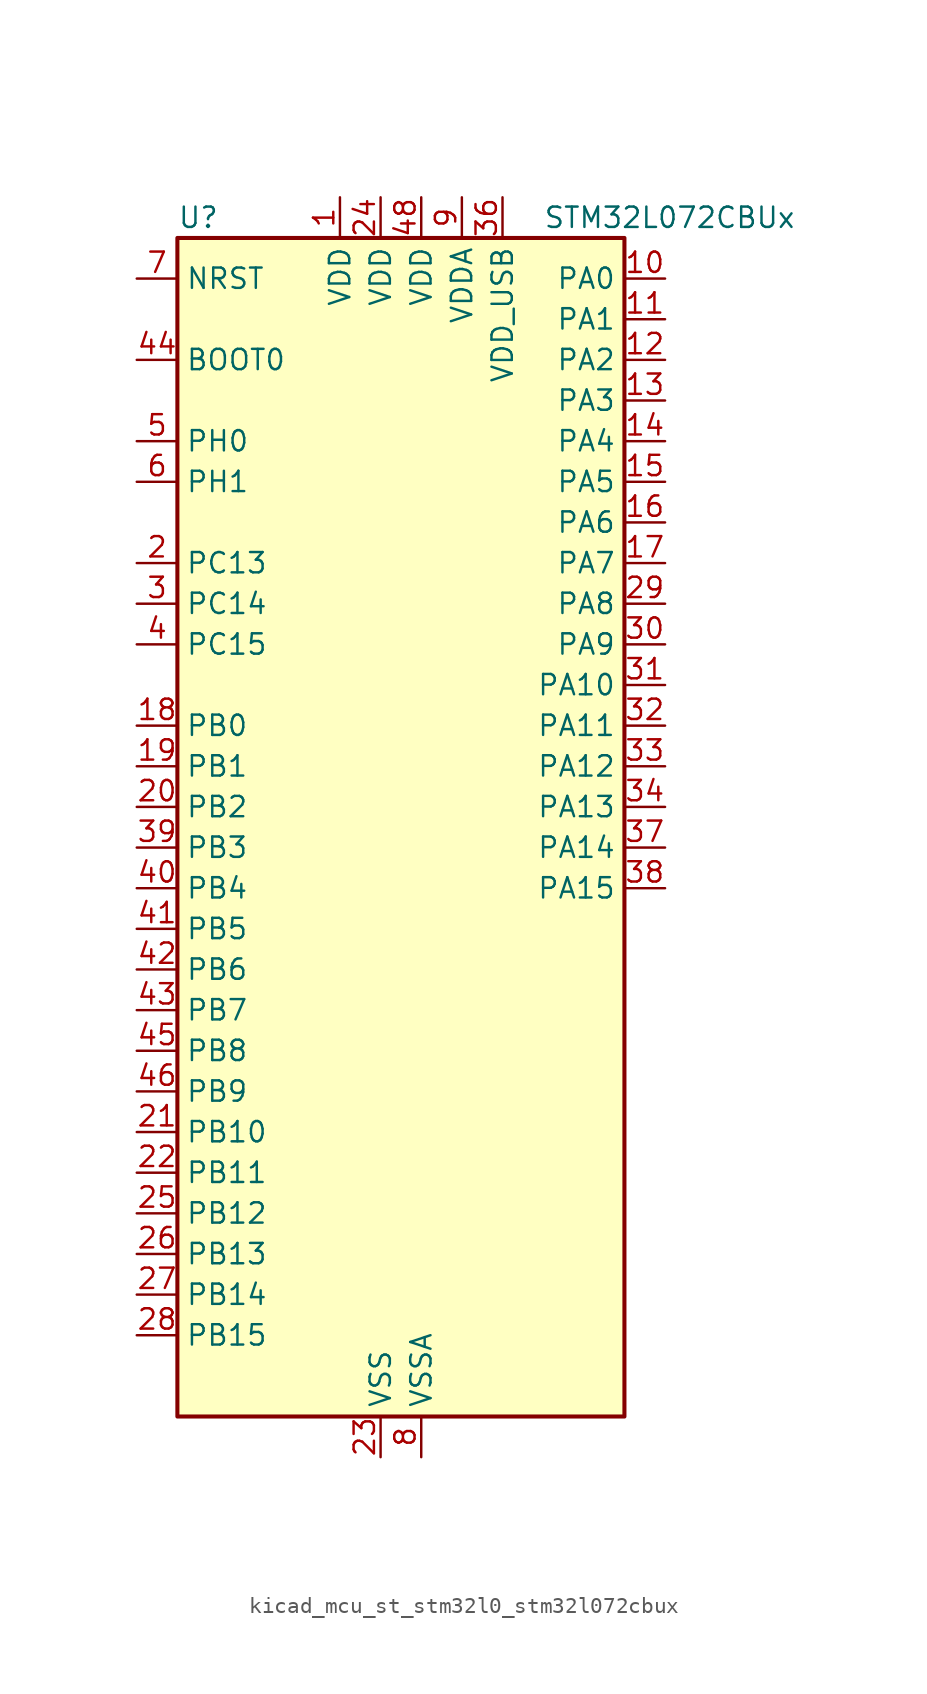
<source format=kicad_sym>
(kicad_symbol_lib
  (version 20220914)
  (generator kicad_symbol_editor)
  (symbol "kicad_mcu_st_stm32l0_stm32l072cbux"
    (property "Reference" "U"
      (at -12.7 39.37 0)
      (effects (font (size 1.27 1.27)) (justify left)))
    (property "Value" "STM32L072CBUx"
      (at 10.16 39.37 0)
      (effects (font (size 1.27 1.27)) (justify left)))
    (property "ki_locked" ""
      (at 0 0 0)
      (effects (font (size 1.27 1.27))))
    (symbol "kicad_mcu_st_stm32l0_stm32l072cbux_0_1"
      (rectangle (start -12.7 -35.56) (end 15.24 38.1) (stroke (width 0.254) (type default)) (fill (type background))))
    (symbol "kicad_mcu_st_stm32l0_stm32l072cbux_1_1"
      (pin power_in line (at -2.54 40.64 270) (length 2.54) (name "VDD" (effects (font (size 1.27 1.27)))) (number "1" (effects (font (size 1.27 1.27)))))
      (pin bidirectional line (at 17.78 35.56 180) (length 2.54) (name "PA0" (effects (font (size 1.27 1.27)))) (number "10" (effects (font (size 1.27 1.27)))) (alternate "ADC_IN0" bidirectional line) (alternate "COMP1_INM" bidirectional line) (alternate "COMP1_OUT" bidirectional line) (alternate "RTC_TAMP2" bidirectional line) (alternate "SYS_WKUP1" bidirectional line) (alternate "TIM2_CH1" bidirectional line) (alternate "TIM2_ETR" bidirectional line) (alternate "TSC_G1_IO1" bidirectional line) (alternate "USART2_CTS" bidirectional line) (alternate "USART4_TX" bidirectional line))
      (pin bidirectional line (at 17.78 33.02 180) (length 2.54) (name "PA1" (effects (font (size 1.27 1.27)))) (number "11" (effects (font (size 1.27 1.27)))) (alternate "ADC_IN1" bidirectional line) (alternate "COMP1_INP" bidirectional line) (alternate "TIM21_ETR" bidirectional line) (alternate "TIM2_CH2" bidirectional line) (alternate "TSC_G1_IO2" bidirectional line) (alternate "USART2_DE" bidirectional line) (alternate "USART2_RTS" bidirectional line) (alternate "USART4_RX" bidirectional line))
      (pin bidirectional line (at 17.78 30.48 180) (length 2.54) (name "PA2" (effects (font (size 1.27 1.27)))) (number "12" (effects (font (size 1.27 1.27)))) (alternate "ADC_IN2" bidirectional line) (alternate "COMP2_INM" bidirectional line) (alternate "COMP2_OUT" bidirectional line) (alternate "LPUART1_TX" bidirectional line) (alternate "TIM21_CH1" bidirectional line) (alternate "TIM2_CH3" bidirectional line) (alternate "TSC_G1_IO3" bidirectional line) (alternate "USART2_TX" bidirectional line))
      (pin bidirectional line (at 17.78 27.94 180) (length 2.54) (name "PA3" (effects (font (size 1.27 1.27)))) (number "13" (effects (font (size 1.27 1.27)))) (alternate "ADC_IN3" bidirectional line) (alternate "COMP2_INP" bidirectional line) (alternate "LPUART1_RX" bidirectional line) (alternate "TIM21_CH2" bidirectional line) (alternate "TIM2_CH4" bidirectional line) (alternate "TSC_G1_IO4" bidirectional line) (alternate "USART2_RX" bidirectional line))
      (pin bidirectional line (at 17.78 25.4 180) (length 2.54) (name "PA4" (effects (font (size 1.27 1.27)))) (number "14" (effects (font (size 1.27 1.27)))) (alternate "ADC_IN4" bidirectional line) (alternate "COMP1_INM" bidirectional line) (alternate "COMP2_INM" bidirectional line) (alternate "DAC_OUT1" bidirectional line) (alternate "SPI1_NSS" bidirectional line) (alternate "TIM22_ETR" bidirectional line) (alternate "TSC_G2_IO1" bidirectional line) (alternate "USART2_CK" bidirectional line))
      (pin bidirectional line (at 17.78 22.86 180) (length 2.54) (name "PA5" (effects (font (size 1.27 1.27)))) (number "15" (effects (font (size 1.27 1.27)))) (alternate "ADC_IN5" bidirectional line) (alternate "COMP1_INM" bidirectional line) (alternate "COMP2_INM" bidirectional line) (alternate "DAC_OUT2" bidirectional line) (alternate "SPI1_SCK" bidirectional line) (alternate "TIM2_CH1" bidirectional line) (alternate "TIM2_ETR" bidirectional line) (alternate "TSC_G2_IO2" bidirectional line))
      (pin bidirectional line (at 17.78 20.32 180) (length 2.54) (name "PA6" (effects (font (size 1.27 1.27)))) (number "16" (effects (font (size 1.27 1.27)))) (alternate "ADC_IN6" bidirectional line) (alternate "COMP1_OUT" bidirectional line) (alternate "LPUART1_CTS" bidirectional line) (alternate "SPI1_MISO" bidirectional line) (alternate "TIM22_CH1" bidirectional line) (alternate "TIM3_CH1" bidirectional line) (alternate "TSC_G2_IO3" bidirectional line))
      (pin bidirectional line (at 17.78 17.78 180) (length 2.54) (name "PA7" (effects (font (size 1.27 1.27)))) (number "17" (effects (font (size 1.27 1.27)))) (alternate "ADC_IN7" bidirectional line) (alternate "COMP2_OUT" bidirectional line) (alternate "SPI1_MOSI" bidirectional line) (alternate "TIM22_CH2" bidirectional line) (alternate "TIM3_CH2" bidirectional line) (alternate "TSC_G2_IO4" bidirectional line))
      (pin bidirectional line (at -15.24 7.62 0) (length 2.54) (name "PB0" (effects (font (size 1.27 1.27)))) (number "18" (effects (font (size 1.27 1.27)))) (alternate "ADC_IN8" bidirectional line) (alternate "SYS_VREF_OUT_PB0" bidirectional line) (alternate "TIM3_CH3" bidirectional line) (alternate "TSC_G3_IO2" bidirectional line))
      (pin bidirectional line (at -15.24 5.08 0) (length 2.54) (name "PB1" (effects (font (size 1.27 1.27)))) (number "19" (effects (font (size 1.27 1.27)))) (alternate "ADC_IN9" bidirectional line) (alternate "LPUART1_DE" bidirectional line) (alternate "LPUART1_RTS" bidirectional line) (alternate "SYS_VREF_OUT_PB1" bidirectional line) (alternate "TIM3_CH4" bidirectional line) (alternate "TSC_G3_IO3" bidirectional line))
      (pin bidirectional line (at -15.24 17.78 0) (length 2.54) (name "PC13" (effects (font (size 1.27 1.27)))) (number "2" (effects (font (size 1.27 1.27)))) (alternate "RTC_OUT_ALARM" bidirectional line) (alternate "RTC_OUT_CALIB" bidirectional line) (alternate "RTC_TAMP1" bidirectional line) (alternate "RTC_TS" bidirectional line) (alternate "SYS_WKUP2" bidirectional line))
      (pin bidirectional line (at -15.24 2.54 0) (length 2.54) (name "PB2" (effects (font (size 1.27 1.27)))) (number "20" (effects (font (size 1.27 1.27)))) (alternate "I2C3_SMBA" bidirectional line) (alternate "LPTIM1_OUT" bidirectional line) (alternate "TSC_G3_IO4" bidirectional line))
      (pin bidirectional line (at -15.24 -17.78 0) (length 2.54) (name "PB10" (effects (font (size 1.27 1.27)))) (number "21" (effects (font (size 1.27 1.27)))) (alternate "I2C2_SCL" bidirectional line) (alternate "LPUART1_RX" bidirectional line) (alternate "LPUART1_TX" bidirectional line) (alternate "SPI2_SCK" bidirectional line) (alternate "TIM2_CH3" bidirectional line) (alternate "TSC_SYNC" bidirectional line))
      (pin bidirectional line (at -15.24 -20.32 0) (length 2.54) (name "PB11" (effects (font (size 1.27 1.27)))) (number "22" (effects (font (size 1.27 1.27)))) (alternate "ADC_EXTI11" bidirectional line) (alternate "I2C2_SDA" bidirectional line) (alternate "LPUART1_RX" bidirectional line) (alternate "LPUART1_TX" bidirectional line) (alternate "TIM2_CH4" bidirectional line) (alternate "TSC_G6_IO1" bidirectional line))
      (pin power_in line (at 0 -38.1 90) (length 2.54) (name "VSS" (effects (font (size 1.27 1.27)))) (number "23" (effects (font (size 1.27 1.27)))))
      (pin power_in line (at 0 40.64 270) (length 2.54) (name "VDD" (effects (font (size 1.27 1.27)))) (number "24" (effects (font (size 1.27 1.27)))))
      (pin bidirectional line (at -15.24 -22.86 0) (length 2.54) (name "PB12" (effects (font (size 1.27 1.27)))) (number "25" (effects (font (size 1.27 1.27)))) (alternate "I2S2_WS" bidirectional line) (alternate "LPUART1_DE" bidirectional line) (alternate "LPUART1_RTS" bidirectional line) (alternate "SPI2_NSS" bidirectional line) (alternate "TSC_G6_IO2" bidirectional line))
      (pin bidirectional line (at -15.24 -25.4 0) (length 2.54) (name "PB13" (effects (font (size 1.27 1.27)))) (number "26" (effects (font (size 1.27 1.27)))) (alternate "I2C2_SCL" bidirectional line) (alternate "I2S2_CK" bidirectional line) (alternate "LPUART1_CTS" bidirectional line) (alternate "RCC_MCO" bidirectional line) (alternate "SPI2_SCK" bidirectional line) (alternate "TIM21_CH1" bidirectional line) (alternate "TSC_G6_IO3" bidirectional line))
      (pin bidirectional line (at -15.24 -27.94 0) (length 2.54) (name "PB14" (effects (font (size 1.27 1.27)))) (number "27" (effects (font (size 1.27 1.27)))) (alternate "I2C2_SDA" bidirectional line) (alternate "I2S2_MCK" bidirectional line) (alternate "LPUART1_DE" bidirectional line) (alternate "LPUART1_RTS" bidirectional line) (alternate "RTC_OUT_ALARM" bidirectional line) (alternate "RTC_OUT_CALIB" bidirectional line) (alternate "SPI2_MISO" bidirectional line) (alternate "TIM21_CH2" bidirectional line) (alternate "TSC_G6_IO4" bidirectional line))
      (pin bidirectional line (at -15.24 -30.48 0) (length 2.54) (name "PB15" (effects (font (size 1.27 1.27)))) (number "28" (effects (font (size 1.27 1.27)))) (alternate "I2S2_SD" bidirectional line) (alternate "RTC_REFIN" bidirectional line) (alternate "SPI2_MOSI" bidirectional line))
      (pin bidirectional line (at 17.78 15.24 180) (length 2.54) (name "PA8" (effects (font (size 1.27 1.27)))) (number "29" (effects (font (size 1.27 1.27)))) (alternate "CRS_SYNC" bidirectional line) (alternate "I2C3_SCL" bidirectional line) (alternate "RCC_MCO" bidirectional line) (alternate "USART1_CK" bidirectional line))
      (pin bidirectional line (at -15.24 15.24 0) (length 2.54) (name "PC14" (effects (font (size 1.27 1.27)))) (number "3" (effects (font (size 1.27 1.27)))) (alternate "RCC_OSC32_IN" bidirectional line))
      (pin bidirectional line (at 17.78 12.7 180) (length 2.54) (name "PA9" (effects (font (size 1.27 1.27)))) (number "30" (effects (font (size 1.27 1.27)))) (alternate "DAC_EXTI9" bidirectional line) (alternate "I2C1_SCL" bidirectional line) (alternate "I2C3_SMBA" bidirectional line) (alternate "RCC_MCO" bidirectional line) (alternate "TSC_G4_IO1" bidirectional line) (alternate "USART1_TX" bidirectional line))
      (pin bidirectional line (at 17.78 10.16 180) (length 2.54) (name "PA10" (effects (font (size 1.27 1.27)))) (number "31" (effects (font (size 1.27 1.27)))) (alternate "I2C1_SDA" bidirectional line) (alternate "TSC_G4_IO2" bidirectional line) (alternate "USART1_RX" bidirectional line))
      (pin bidirectional line (at 17.78 7.62 180) (length 2.54) (name "PA11" (effects (font (size 1.27 1.27)))) (number "32" (effects (font (size 1.27 1.27)))) (alternate "ADC_EXTI11" bidirectional line) (alternate "COMP1_OUT" bidirectional line) (alternate "SPI1_MISO" bidirectional line) (alternate "TSC_G4_IO3" bidirectional line) (alternate "USART1_CTS" bidirectional line) (alternate "USB_DM" bidirectional line))
      (pin bidirectional line (at 17.78 5.08 180) (length 2.54) (name "PA12" (effects (font (size 1.27 1.27)))) (number "33" (effects (font (size 1.27 1.27)))) (alternate "COMP2_OUT" bidirectional line) (alternate "SPI1_MOSI" bidirectional line) (alternate "TSC_G4_IO4" bidirectional line) (alternate "USART1_DE" bidirectional line) (alternate "USART1_RTS" bidirectional line) (alternate "USB_DP" bidirectional line))
      (pin bidirectional line (at 17.78 2.54 180) (length 2.54) (name "PA13" (effects (font (size 1.27 1.27)))) (number "34" (effects (font (size 1.27 1.27)))) (alternate "LPUART1_RX" bidirectional line) (alternate "SYS_SWDIO" bidirectional line) (alternate "USB_NOE" bidirectional line))
      (pin passive line (at 0 -38.1 90) (length 2.54) hide (name "VSS" (effects (font (size 1.27 1.27)))) (number "35" (effects (font (size 1.27 1.27)))))
      (pin power_in line (at 7.62 40.64 270) (length 2.54) (name "VDD_USB" (effects (font (size 1.27 1.27)))) (number "36" (effects (font (size 1.27 1.27)))))
      (pin bidirectional line (at 17.78 0 180) (length 2.54) (name "PA14" (effects (font (size 1.27 1.27)))) (number "37" (effects (font (size 1.27 1.27)))) (alternate "LPUART1_TX" bidirectional line) (alternate "SYS_SWCLK" bidirectional line) (alternate "USART2_TX" bidirectional line))
      (pin bidirectional line (at 17.78 -2.54 180) (length 2.54) (name "PA15" (effects (font (size 1.27 1.27)))) (number "38" (effects (font (size 1.27 1.27)))) (alternate "SPI1_NSS" bidirectional line) (alternate "TIM2_CH1" bidirectional line) (alternate "TIM2_ETR" bidirectional line) (alternate "USART2_RX" bidirectional line) (alternate "USART4_DE" bidirectional line) (alternate "USART4_RTS" bidirectional line))
      (pin bidirectional line (at -15.24 0 0) (length 2.54) (name "PB3" (effects (font (size 1.27 1.27)))) (number "39" (effects (font (size 1.27 1.27)))) (alternate "COMP2_INM" bidirectional line) (alternate "SPI1_SCK" bidirectional line) (alternate "TIM2_CH2" bidirectional line) (alternate "TSC_G5_IO1" bidirectional line) (alternate "USART1_DE" bidirectional line) (alternate "USART1_RTS" bidirectional line) (alternate "USART5_TX" bidirectional line))
      (pin bidirectional line (at -15.24 12.7 0) (length 2.54) (name "PC15" (effects (font (size 1.27 1.27)))) (number "4" (effects (font (size 1.27 1.27)))) (alternate "RCC_OSC32_OUT" bidirectional line))
      (pin bidirectional line (at -15.24 -2.54 0) (length 2.54) (name "PB4" (effects (font (size 1.27 1.27)))) (number "40" (effects (font (size 1.27 1.27)))) (alternate "COMP2_INP" bidirectional line) (alternate "I2C3_SDA" bidirectional line) (alternate "SPI1_MISO" bidirectional line) (alternate "TIM22_CH1" bidirectional line) (alternate "TIM3_CH1" bidirectional line) (alternate "TSC_G5_IO2" bidirectional line) (alternate "USART1_CTS" bidirectional line) (alternate "USART5_RX" bidirectional line))
      (pin bidirectional line (at -15.24 -5.08 0) (length 2.54) (name "PB5" (effects (font (size 1.27 1.27)))) (number "41" (effects (font (size 1.27 1.27)))) (alternate "COMP2_INP" bidirectional line) (alternate "I2C1_SMBA" bidirectional line) (alternate "LPTIM1_IN1" bidirectional line) (alternate "SPI1_MOSI" bidirectional line) (alternate "TIM22_CH2" bidirectional line) (alternate "TIM3_CH2" bidirectional line) (alternate "USART1_CK" bidirectional line) (alternate "USART5_CK" bidirectional line) (alternate "USART5_DE" bidirectional line) (alternate "USART5_RTS" bidirectional line))
      (pin bidirectional line (at -15.24 -7.62 0) (length 2.54) (name "PB6" (effects (font (size 1.27 1.27)))) (number "42" (effects (font (size 1.27 1.27)))) (alternate "COMP2_INP" bidirectional line) (alternate "I2C1_SCL" bidirectional line) (alternate "LPTIM1_ETR" bidirectional line) (alternate "TSC_G5_IO3" bidirectional line) (alternate "USART1_TX" bidirectional line))
      (pin bidirectional line (at -15.24 -10.16 0) (length 2.54) (name "PB7" (effects (font (size 1.27 1.27)))) (number "43" (effects (font (size 1.27 1.27)))) (alternate "COMP2_INP" bidirectional line) (alternate "I2C1_SDA" bidirectional line) (alternate "LPTIM1_IN2" bidirectional line) (alternate "SYS_PVD_IN" bidirectional line) (alternate "TSC_G5_IO4" bidirectional line) (alternate "USART1_RX" bidirectional line) (alternate "USART4_CTS" bidirectional line))
      (pin input line (at -15.24 30.48 0) (length 2.54) (name "BOOT0" (effects (font (size 1.27 1.27)))) (number "44" (effects (font (size 1.27 1.27)))))
      (pin bidirectional line (at -15.24 -12.7 0) (length 2.54) (name "PB8" (effects (font (size 1.27 1.27)))) (number "45" (effects (font (size 1.27 1.27)))) (alternate "I2C1_SCL" bidirectional line) (alternate "TSC_SYNC" bidirectional line))
      (pin bidirectional line (at -15.24 -15.24 0) (length 2.54) (name "PB9" (effects (font (size 1.27 1.27)))) (number "46" (effects (font (size 1.27 1.27)))) (alternate "DAC_EXTI9" bidirectional line) (alternate "I2C1_SDA" bidirectional line) (alternate "I2S2_WS" bidirectional line) (alternate "SPI2_NSS" bidirectional line))
      (pin passive line (at 0 -38.1 90) (length 2.54) hide (name "VSS" (effects (font (size 1.27 1.27)))) (number "47" (effects (font (size 1.27 1.27)))))
      (pin power_in line (at 2.54 40.64 270) (length 2.54) (name "VDD" (effects (font (size 1.27 1.27)))) (number "48" (effects (font (size 1.27 1.27)))))
      (pin passive line (at 0 -38.1 90) (length 2.54) hide (name "VSS" (effects (font (size 1.27 1.27)))) (number "49" (effects (font (size 1.27 1.27)))))
      (pin bidirectional line (at -15.24 25.4 0) (length 2.54) (name "PH0" (effects (font (size 1.27 1.27)))) (number "5" (effects (font (size 1.27 1.27)))) (alternate "CRS_SYNC" bidirectional line) (alternate "RCC_OSC_IN" bidirectional line))
      (pin bidirectional line (at -15.24 22.86 0) (length 2.54) (name "PH1" (effects (font (size 1.27 1.27)))) (number "6" (effects (font (size 1.27 1.27)))) (alternate "RCC_OSC_OUT" bidirectional line))
      (pin input line (at -15.24 35.56 0) (length 2.54) (name "NRST" (effects (font (size 1.27 1.27)))) (number "7" (effects (font (size 1.27 1.27)))))
      (pin power_in line (at 2.54 -38.1 90) (length 2.54) (name "VSSA" (effects (font (size 1.27 1.27)))) (number "8" (effects (font (size 1.27 1.27)))))
      (pin power_in line (at 5.08 40.64 270) (length 2.54) (name "VDDA" (effects (font (size 1.27 1.27)))) (number "9" (effects (font (size 1.27 1.27))))))))
</source>
